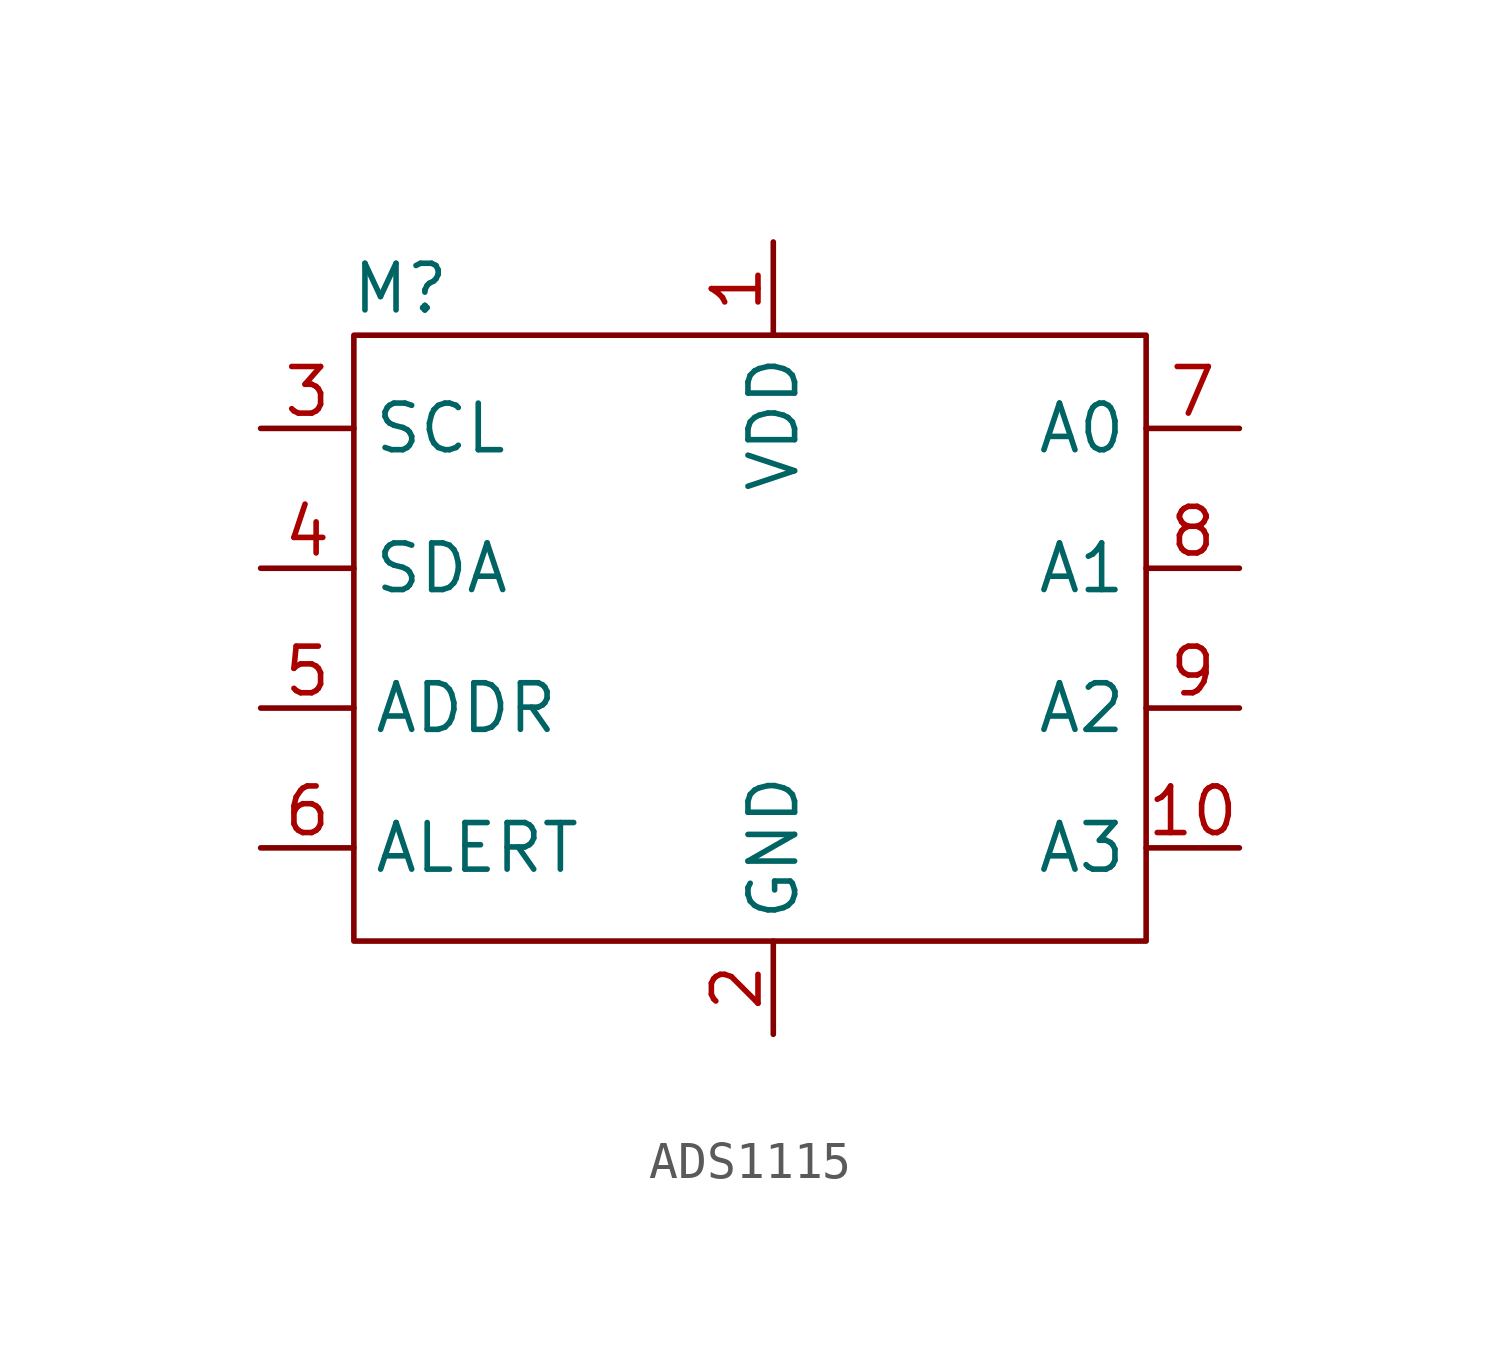
<source format=kicad_sym>
(kicad_symbol_lib
  (version 20220914)
  (generator kicad_symbol_editor)
  (symbol "ADS1115"
    (property "Reference" "M"
      (at -10.16 8.89 0)
      (effects (font (size 1.27 1.27))))
    (property "Value" ""
      (at 0 0 0)
      (effects (font (size 1.27 1.27))))
    (symbol "ADS1115_0_1"
      (rectangle (start -11.43 7.62) (end 10.16 -8.89) (stroke (width 0) (type default)) (fill (type none))))
    (symbol "ADS1115_1_1"
      (pin power_in line (at 0 10.16 270) (length 2.54) (name "VDD" (effects (font (size 1.27 1.27)))) (number "1" (effects (font (size 1.27 1.27)))))
      (pin input line (at 12.7 -6.35 180) (length 2.54) (name "A3" (effects (font (size 1.27 1.27)))) (number "10" (effects (font (size 1.27 1.27)))))
      (pin power_in line (at 0 -11.43 90) (length 2.54) (name "GND" (effects (font (size 1.27 1.27)))) (number "2" (effects (font (size 1.27 1.27)))))
      (pin power_in line (at -13.97 5.08 0) (length 2.54) (name "SCL" (effects (font (size 1.27 1.27)))) (number "3" (effects (font (size 1.27 1.27)))))
      (pin bidirectional line (at -13.97 1.27 0) (length 2.54) (name "SDA" (effects (font (size 1.27 1.27)))) (number "4" (effects (font (size 1.27 1.27)))))
      (pin bidirectional line (at -13.97 -2.54 0) (length 2.54) (name "ADDR" (effects (font (size 1.27 1.27)))) (number "5" (effects (font (size 1.27 1.27)))))
      (pin bidirectional line (at -13.97 -6.35 0) (length 2.54) (name "ALERT" (effects (font (size 1.27 1.27)))) (number "6" (effects (font (size 1.27 1.27)))))
      (pin input line (at 12.7 5.08 180) (length 2.54) (name "A0" (effects (font (size 1.27 1.27)))) (number "7" (effects (font (size 1.27 1.27)))))
      (pin input line (at 12.7 1.27 180) (length 2.54) (name "A1" (effects (font (size 1.27 1.27)))) (number "8" (effects (font (size 1.27 1.27)))))
      (pin input line (at 12.7 -2.54 180) (length 2.54) (name "A2" (effects (font (size 1.27 1.27)))) (number "9" (effects (font (size 1.27 1.27))))))))
</source>
